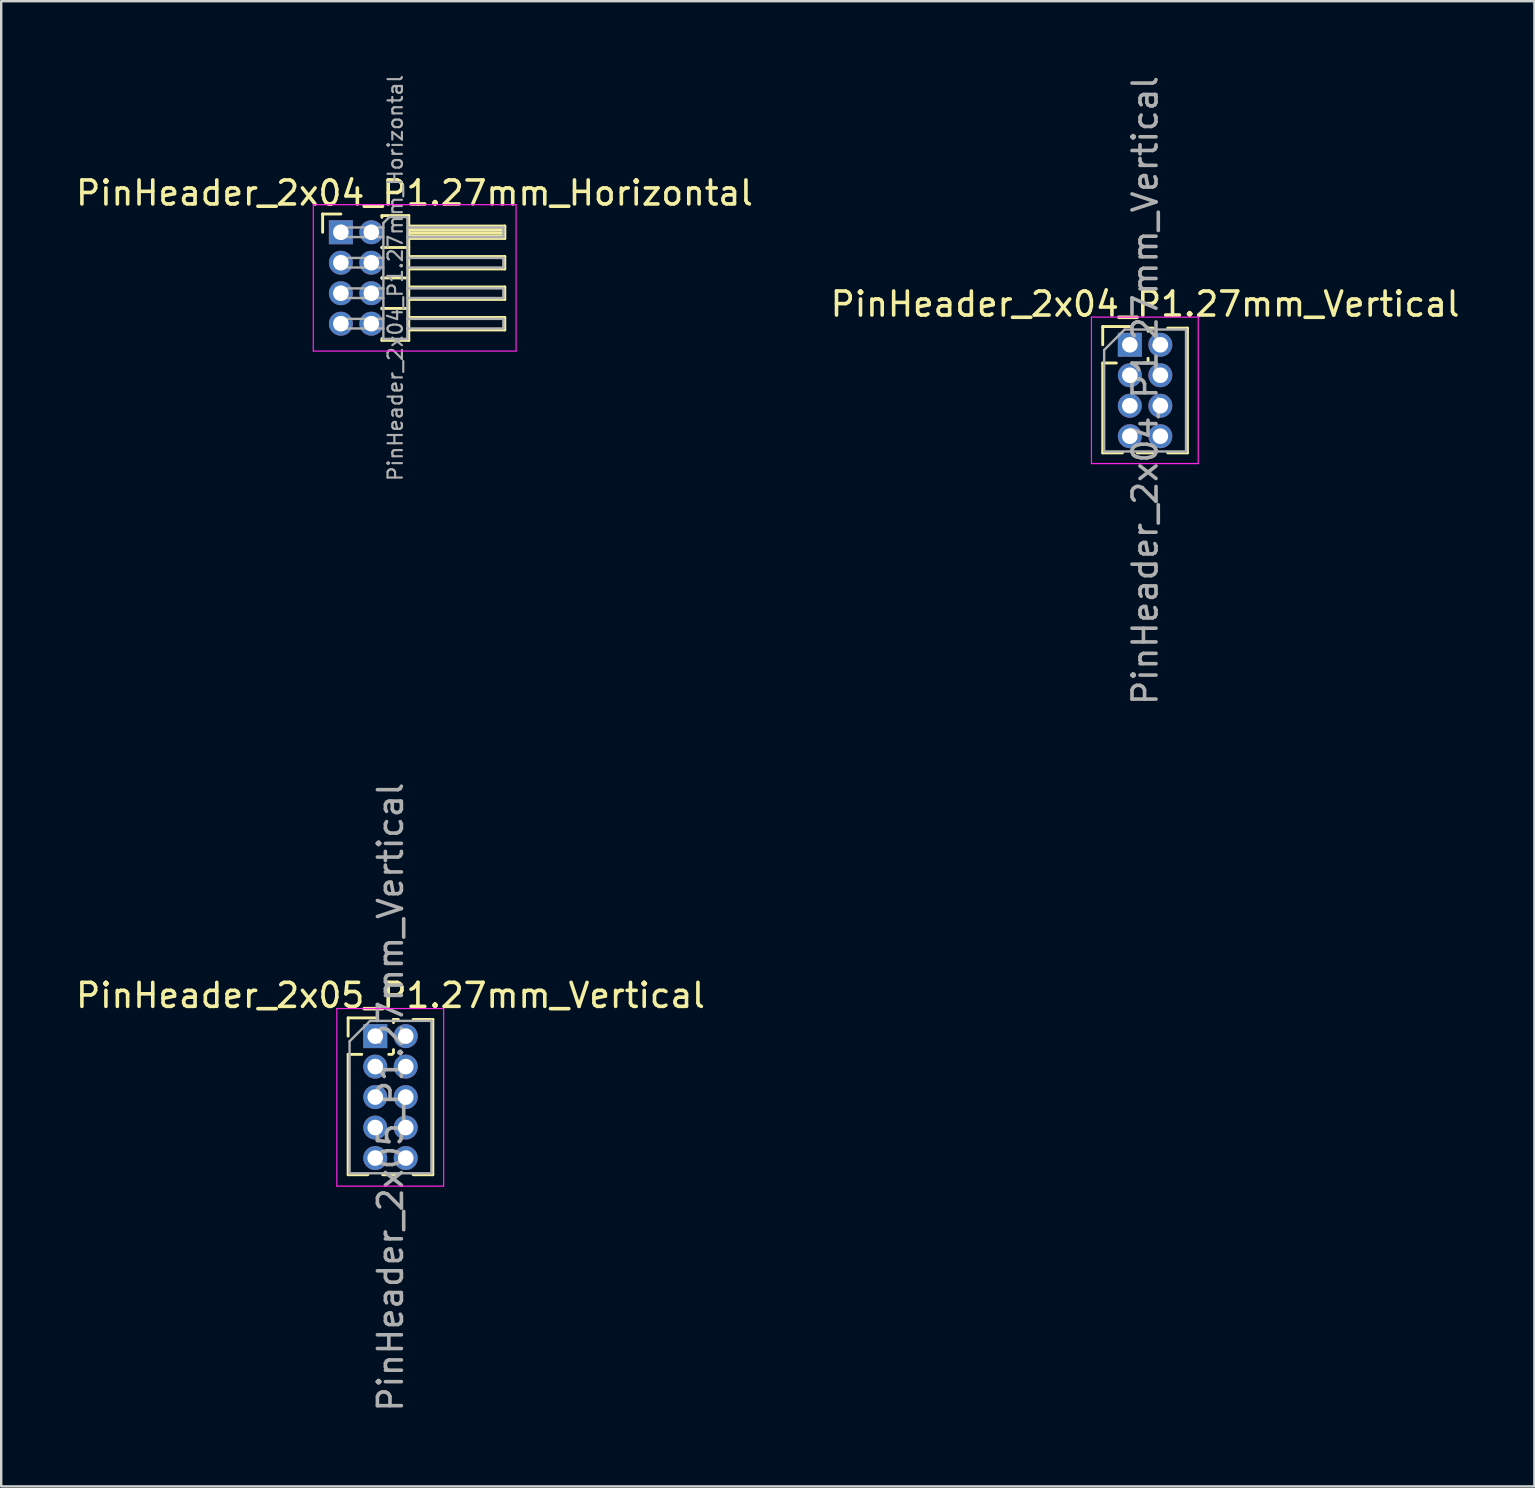
<source format=kicad_pcb>
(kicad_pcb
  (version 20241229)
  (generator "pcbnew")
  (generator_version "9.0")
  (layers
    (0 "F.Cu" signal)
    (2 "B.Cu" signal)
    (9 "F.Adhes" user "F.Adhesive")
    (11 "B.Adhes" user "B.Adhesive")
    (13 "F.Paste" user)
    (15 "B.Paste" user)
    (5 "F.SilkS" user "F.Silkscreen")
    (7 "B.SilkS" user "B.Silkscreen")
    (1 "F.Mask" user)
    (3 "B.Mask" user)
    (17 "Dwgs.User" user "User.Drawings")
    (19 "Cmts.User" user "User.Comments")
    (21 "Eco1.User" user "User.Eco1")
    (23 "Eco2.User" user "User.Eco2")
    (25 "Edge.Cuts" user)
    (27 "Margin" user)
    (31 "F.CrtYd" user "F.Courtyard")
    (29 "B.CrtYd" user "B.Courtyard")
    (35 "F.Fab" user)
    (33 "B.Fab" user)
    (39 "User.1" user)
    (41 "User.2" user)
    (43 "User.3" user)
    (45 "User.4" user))
  (footprint "PinHeader_2x04_P1.27mm_Vertical"
    (layer "F.Cu")
    (at 44.026 11.315)
    (property "Reference" "PinHeader_2x04_P1.27mm_Vertical" (at 0.635 -1.695 0) (layer "F.SilkS") (effects (font (size 1 1) (thickness 0.15))))
    (attr through_hole)
    (fp_line (start -1.13 -0.76) (end 0 -0.76) (stroke (width 0.12) (type solid)) (layer "F.SilkS"))
    (fp_line (start -1.13 0) (end -1.13 -0.76) (stroke (width 0.12) (type solid)) (layer "F.SilkS"))
    (fp_line (start -1.13 0.76) (end -1.13 4.505) (stroke (width 0.12) (type solid)) (layer "F.SilkS"))
    (fp_line (start -1.13 0.76) (end -0.563 0.76) (stroke (width 0.12) (type solid)) (layer "F.SilkS"))
    (fp_line (start -1.13 4.505) (end -0.308 4.505) (stroke (width 0.12) (type solid)) (layer "F.SilkS"))
    (fp_line (start 0.308 4.505) (end 0.962 4.505) (stroke (width 0.12) (type solid)) (layer "F.SilkS"))
    (fp_line (start 0.563 0.76) (end 0.707 0.76) (stroke (width 0.12) (type solid)) (layer "F.SilkS"))
    (fp_line (start 0.76 -0.695) (end 0.962 -0.695) (stroke (width 0.12) (type solid)) (layer "F.SilkS"))
    (fp_line (start 0.76 -0.563) (end 0.76 -0.695) (stroke (width 0.12) (type solid)) (layer "F.SilkS"))
    (fp_line (start 0.76 0.707) (end 0.76 0.563) (stroke (width 0.12) (type solid)) (layer "F.SilkS"))
    (fp_line (start 1.578 -0.695) (end 2.4 -0.695) (stroke (width 0.12) (type solid)) (layer "F.SilkS"))
    (fp_line (start 1.578 4.505) (end 2.4 4.505) (stroke (width 0.12) (type solid)) (layer "F.SilkS"))
    (fp_line (start 2.4 -0.695) (end 2.4 4.505) (stroke (width 0.12) (type solid)) (layer "F.SilkS"))
    (fp_line (start -1.6 -1.15) (end -1.6 4.95) (stroke (width 0.05) (type solid)) (layer "F.CrtYd"))
    (fp_line (start -1.6 4.95) (end 2.85 4.95) (stroke (width 0.05) (type solid)) (layer "F.CrtYd"))
    (fp_line (start 2.85 -1.15) (end -1.6 -1.15) (stroke (width 0.05) (type solid)) (layer "F.CrtYd"))
    (fp_line (start 2.85 4.95) (end 2.85 -1.15) (stroke (width 0.05) (type solid)) (layer "F.CrtYd"))
    (fp_line (start -1.07 0.217) (end -0.217 -0.635) (stroke (width 0.1) (type solid)) (layer "F.Fab"))
    (fp_line (start -1.07 4.445) (end -1.07 0.217) (stroke (width 0.1) (type solid)) (layer "F.Fab"))
    (fp_line (start -0.217 -0.635) (end 2.34 -0.635) (stroke (width 0.1) (type solid)) (layer "F.Fab"))
    (fp_line (start 2.34 -0.635) (end 2.34 4.445) (stroke (width 0.1) (type solid)) (layer "F.Fab"))
    (fp_line (start 2.34 4.445) (end -1.07 4.445) (stroke (width 0.1) (type solid)) (layer "F.Fab"))
    (fp_text user "${REFERENCE}" (at 0.635 1.905 90) (layer "F.Fab") (effects (font (size 1 1) (thickness 0.15))))
    (pad "1" thru_hole rect (at 0 0) (size 1 1) (drill 0.65) (layers "*.Cu" "*.Mask"))
    (pad "2" thru_hole oval (at 1.27 0) (size 1 1) (drill 0.65) (layers "*.Cu" "*.Mask"))
    (pad "3" thru_hole oval (at 0 1.27) (size 1 1) (drill 0.65) (layers "*.Cu" "*.Mask"))
    (pad "4" thru_hole oval (at 1.27 1.27) (size 1 1) (drill 0.65) (layers "*.Cu" "*.Mask"))
    (pad "5" thru_hole oval (at 0 2.54) (size 1 1) (drill 0.65) (layers "*.Cu" "*.Mask"))
    (pad "6" thru_hole oval (at 1.27 2.54) (size 1 1) (drill 0.65) (layers "*.Cu" "*.Mask"))
    (pad "7" thru_hole oval (at 0 3.81) (size 1 1) (drill 0.65) (layers "*.Cu" "*.Mask"))
    (pad "8" thru_hole oval (at 1.27 3.81) (size 1 1) (drill 0.65) (layers "*.Cu" "*.Mask")))
  (footprint "PinHeader_2x05_P1.27mm_Vertical"
    (layer "F.Cu")
    (at 12.585 40.121)
    (property "Reference" "PinHeader_2x05_P1.27mm_Vertical" (at 0.635 -1.695 0) (layer "F.SilkS") (effects (font (size 1 1) (thickness 0.15))))
    (attr through_hole)
    (fp_line (start -1.13 -0.76) (end 0 -0.76) (stroke (width 0.12) (type solid)) (layer "F.SilkS"))
    (fp_line (start -1.13 0) (end -1.13 -0.76) (stroke (width 0.12) (type solid)) (layer "F.SilkS"))
    (fp_line (start -1.13 0.76) (end -1.13 5.775) (stroke (width 0.12) (type solid)) (layer "F.SilkS"))
    (fp_line (start -1.13 0.76) (end -0.563 0.76) (stroke (width 0.12) (type solid)) (layer "F.SilkS"))
    (fp_line (start -1.13 5.775) (end -0.308 5.775) (stroke (width 0.12) (type solid)) (layer "F.SilkS"))
    (fp_line (start 0.308 5.775) (end 0.962 5.775) (stroke (width 0.12) (type solid)) (layer "F.SilkS"))
    (fp_line (start 0.563 0.76) (end 0.707 0.76) (stroke (width 0.12) (type solid)) (layer "F.SilkS"))
    (fp_line (start 0.76 -0.695) (end 0.962 -0.695) (stroke (width 0.12) (type solid)) (layer "F.SilkS"))
    (fp_line (start 0.76 -0.563) (end 0.76 -0.695) (stroke (width 0.12) (type solid)) (layer "F.SilkS"))
    (fp_line (start 0.76 0.707) (end 0.76 0.563) (stroke (width 0.12) (type solid)) (layer "F.SilkS"))
    (fp_line (start 1.578 -0.695) (end 2.4 -0.695) (stroke (width 0.12) (type solid)) (layer "F.SilkS"))
    (fp_line (start 1.578 5.775) (end 2.4 5.775) (stroke (width 0.12) (type solid)) (layer "F.SilkS"))
    (fp_line (start 2.4 -0.695) (end 2.4 5.775) (stroke (width 0.12) (type solid)) (layer "F.SilkS"))
    (fp_line (start -1.6 -1.15) (end -1.6 6.25) (stroke (width 0.05) (type solid)) (layer "F.CrtYd"))
    (fp_line (start -1.6 6.25) (end 2.85 6.25) (stroke (width 0.05) (type solid)) (layer "F.CrtYd"))
    (fp_line (start 2.85 -1.15) (end -1.6 -1.15) (stroke (width 0.05) (type solid)) (layer "F.CrtYd"))
    (fp_line (start 2.85 6.25) (end 2.85 -1.15) (stroke (width 0.05) (type solid)) (layer "F.CrtYd"))
    (fp_line (start -1.07 0.217) (end -0.217 -0.635) (stroke (width 0.1) (type solid)) (layer "F.Fab"))
    (fp_line (start -1.07 5.715) (end -1.07 0.217) (stroke (width 0.1) (type solid)) (layer "F.Fab"))
    (fp_line (start -0.217 -0.635) (end 2.34 -0.635) (stroke (width 0.1) (type solid)) (layer "F.Fab"))
    (fp_line (start 2.34 -0.635) (end 2.34 5.715) (stroke (width 0.1) (type solid)) (layer "F.Fab"))
    (fp_line (start 2.34 5.715) (end -1.07 5.715) (stroke (width 0.1) (type solid)) (layer "F.Fab"))
    (fp_text user "${REFERENCE}" (at 0.635 2.54 90) (layer "F.Fab") (effects (font (size 1 1) (thickness 0.15))))
    (pad "1" thru_hole rect (at 0 0) (size 1 1) (drill 0.65) (layers "*.Cu" "*.Mask"))
    (pad "2" thru_hole oval (at 1.27 0) (size 1 1) (drill 0.65) (layers "*.Cu" "*.Mask"))
    (pad "3" thru_hole oval (at 0 1.27) (size 1 1) (drill 0.65) (layers "*.Cu" "*.Mask"))
    (pad "4" thru_hole oval (at 1.27 1.27) (size 1 1) (drill 0.65) (layers "*.Cu" "*.Mask"))
    (pad "5" thru_hole oval (at 0 2.54) (size 1 1) (drill 0.65) (layers "*.Cu" "*.Mask"))
    (pad "6" thru_hole oval (at 1.27 2.54) (size 1 1) (drill 0.65) (layers "*.Cu" "*.Mask"))
    (pad "7" thru_hole oval (at 0 3.81) (size 1 1) (drill 0.65) (layers "*.Cu" "*.Mask"))
    (pad "8" thru_hole oval (at 1.27 3.81) (size 1 1) (drill 0.65) (layers "*.Cu" "*.Mask"))
    (pad "9" thru_hole oval (at 0 5.08) (size 1 1) (drill 0.65) (layers "*.Cu" "*.Mask"))
    (pad "10" thru_hole oval (at 1.27 5.08) (size 1 1) (drill 0.65) (layers "*.Cu" "*.Mask")))
  (footprint "PinHeader_2x04_P1.27mm_Horizontal"
    (layer "F.Cu")
    (at 11.153 6.627)
    (property "Reference" "PinHeader_2x04_P1.27mm_Horizontal" (at 3.067 -1.635 0) (layer "F.SilkS") (effects (font (size 1 1) (thickness 0.15))))
    (attr through_hole)
    (fp_line (start -0.76 -0.76) (end 0 -0.76) (stroke (width 0.12) (type solid)) (layer "F.SilkS"))
    (fp_line (start -0.76 0) (end -0.76 -0.76) (stroke (width 0.12) (type solid)) (layer "F.SilkS"))
    (fp_line (start 1.71 -0.695) (end 2.83 -0.695) (stroke (width 0.12) (type solid)) (layer "F.SilkS"))
    (fp_line (start 1.71 -0.62) (end 1.71 -0.695) (stroke (width 0.12) (type solid)) (layer "F.SilkS"))
    (fp_line (start 1.71 0.62) (end 1.71 0.65) (stroke (width 0.12) (type solid)) (layer "F.SilkS"))
    (fp_line (start 1.71 0.635) (end 2.83 0.635) (stroke (width 0.12) (type solid)) (layer "F.SilkS"))
    (fp_line (start 1.71 1.89) (end 1.71 1.92) (stroke (width 0.12) (type solid)) (layer "F.SilkS"))
    (fp_line (start 1.71 1.905) (end 2.83 1.905) (stroke (width 0.12) (type solid)) (layer "F.SilkS"))
    (fp_line (start 1.71 3.16) (end 1.71 3.19) (stroke (width 0.12) (type solid)) (layer "F.SilkS"))
    (fp_line (start 1.71 3.175) (end 2.83 3.175) (stroke (width 0.12) (type solid)) (layer "F.SilkS"))
    (fp_line (start 1.71 4.505) (end 1.71 4.43) (stroke (width 0.12) (type solid)) (layer "F.SilkS"))
    (fp_line (start 2.83 -0.695) (end 2.83 4.505) (stroke (width 0.12) (type solid)) (layer "F.SilkS"))
    (fp_line (start 2.83 -0.26) (end 6.83 -0.26) (stroke (width 0.12) (type solid)) (layer "F.SilkS"))
    (fp_line (start 2.83 -0.2) (end 6.83 -0.2) (stroke (width 0.12) (type solid)) (layer "F.SilkS"))
    (fp_line (start 2.83 -0.08) (end 6.83 -0.08) (stroke (width 0.12) (type solid)) (layer "F.SilkS"))
    (fp_line (start 2.83 0.04) (end 6.83 0.04) (stroke (width 0.12) (type solid)) (layer "F.SilkS"))
    (fp_line (start 2.83 0.16) (end 6.83 0.16) (stroke (width 0.12) (type solid)) (layer "F.SilkS"))
    (fp_line (start 2.83 1.01) (end 6.83 1.01) (stroke (width 0.12) (type solid)) (layer "F.SilkS"))
    (fp_line (start 2.83 2.28) (end 6.83 2.28) (stroke (width 0.12) (type solid)) (layer "F.SilkS"))
    (fp_line (start 2.83 3.55) (end 6.83 3.55) (stroke (width 0.12) (type solid)) (layer "F.SilkS"))
    (fp_line (start 2.83 4.505) (end 1.71 4.505) (stroke (width 0.12) (type solid)) (layer "F.SilkS"))
    (fp_line (start 6.83 -0.26) (end 6.83 0.26) (stroke (width 0.12) (type solid)) (layer "F.SilkS"))
    (fp_line (start 6.83 0.26) (end 2.83 0.26) (stroke (width 0.12) (type solid)) (layer "F.SilkS"))
    (fp_line (start 6.83 1.01) (end 6.83 1.53) (stroke (width 0.12) (type solid)) (layer "F.SilkS"))
    (fp_line (start 6.83 1.53) (end 2.83 1.53) (stroke (width 0.12) (type solid)) (layer "F.SilkS"))
    (fp_line (start 6.83 2.28) (end 6.83 2.8) (stroke (width 0.12) (type solid)) (layer "F.SilkS"))
    (fp_line (start 6.83 2.8) (end 2.83 2.8) (stroke (width 0.12) (type solid)) (layer "F.SilkS"))
    (fp_line (start 6.83 3.55) (end 6.83 4.07) (stroke (width 0.12) (type solid)) (layer "F.SilkS"))
    (fp_line (start 6.83 4.07) (end 2.83 4.07) (stroke (width 0.12) (type solid)) (layer "F.SilkS"))
    (fp_line (start -1.15 -1.15) (end -1.15 4.95) (stroke (width 0.05) (type solid)) (layer "F.CrtYd"))
    (fp_line (start -1.15 4.95) (end 7.3 4.95) (stroke (width 0.05) (type solid)) (layer "F.CrtYd"))
    (fp_line (start 7.3 -1.15) (end -1.15 -1.15) (stroke (width 0.05) (type solid)) (layer "F.CrtYd"))
    (fp_line (start 7.3 4.95) (end 7.3 -1.15) (stroke (width 0.05) (type solid)) (layer "F.CrtYd"))
    (fp_line (start -0.2 -0.2) (end -0.2 0.2) (stroke (width 0.1) (type solid)) (layer "F.Fab"))
    (fp_line (start -0.2 -0.2) (end 1.77 -0.2) (stroke (width 0.1) (type solid)) (layer "F.Fab"))
    (fp_line (start -0.2 0.2) (end 1.77 0.2) (stroke (width 0.1) (type solid)) (layer "F.Fab"))
    (fp_line (start -0.2 1.07) (end -0.2 1.47) (stroke (width 0.1) (type solid)) (layer "F.Fab"))
    (fp_line (start -0.2 1.07) (end 1.77 1.07) (stroke (width 0.1) (type solid)) (layer "F.Fab"))
    (fp_line (start -0.2 1.47) (end 1.77 1.47) (stroke (width 0.1) (type solid)) (layer "F.Fab"))
    (fp_line (start -0.2 2.34) (end -0.2 2.74) (stroke (width 0.1) (type solid)) (layer "F.Fab"))
    (fp_line (start -0.2 2.34) (end 1.77 2.34) (stroke (width 0.1) (type solid)) (layer "F.Fab"))
    (fp_line (start -0.2 2.74) (end 1.77 2.74) (stroke (width 0.1) (type solid)) (layer "F.Fab"))
    (fp_line (start -0.2 3.61) (end -0.2 4.01) (stroke (width 0.1) (type solid)) (layer "F.Fab"))
    (fp_line (start -0.2 3.61) (end 1.77 3.61) (stroke (width 0.1) (type solid)) (layer "F.Fab"))
    (fp_line (start -0.2 4.01) (end 1.77 4.01) (stroke (width 0.1) (type solid)) (layer "F.Fab"))
    (fp_line (start 1.77 -0.385) (end 2.02 -0.635) (stroke (width 0.1) (type solid)) (layer "F.Fab"))
    (fp_line (start 1.77 4.445) (end 1.77 -0.385) (stroke (width 0.1) (type solid)) (layer "F.Fab"))
    (fp_line (start 2.02 -0.635) (end 2.77 -0.635) (stroke (width 0.1) (type solid)) (layer "F.Fab"))
    (fp_line (start 2.77 -0.635) (end 2.77 4.445) (stroke (width 0.1) (type solid)) (layer "F.Fab"))
    (fp_line (start 2.77 -0.2) (end 6.77 -0.2) (stroke (width 0.1) (type solid)) (layer "F.Fab"))
    (fp_line (start 2.77 0.2) (end 6.77 0.2) (stroke (width 0.1) (type solid)) (layer "F.Fab"))
    (fp_line (start 2.77 1.07) (end 6.77 1.07) (stroke (width 0.1) (type solid)) (layer "F.Fab"))
    (fp_line (start 2.77 1.47) (end 6.77 1.47) (stroke (width 0.1) (type solid)) (layer "F.Fab"))
    (fp_line (start 2.77 2.34) (end 6.77 2.34) (stroke (width 0.1) (type solid)) (layer "F.Fab"))
    (fp_line (start 2.77 2.74) (end 6.77 2.74) (stroke (width 0.1) (type solid)) (layer "F.Fab"))
    (fp_line (start 2.77 3.61) (end 6.77 3.61) (stroke (width 0.1) (type solid)) (layer "F.Fab"))
    (fp_line (start 2.77 4.01) (end 6.77 4.01) (stroke (width 0.1) (type solid)) (layer "F.Fab"))
    (fp_line (start 2.77 4.445) (end 1.77 4.445) (stroke (width 0.1) (type solid)) (layer "F.Fab"))
    (fp_line (start 6.77 -0.2) (end 6.77 0.2) (stroke (width 0.1) (type solid)) (layer "F.Fab"))
    (fp_line (start 6.77 1.07) (end 6.77 1.47) (stroke (width 0.1) (type solid)) (layer "F.Fab"))
    (fp_line (start 6.77 2.34) (end 6.77 2.74) (stroke (width 0.1) (type solid)) (layer "F.Fab"))
    (fp_line (start 6.77 3.61) (end 6.77 4.01) (stroke (width 0.1) (type solid)) (layer "F.Fab"))
    (fp_text user "${REFERENCE}" (at 2.27 1.905 90) (layer "F.Fab") (effects (font (size 0.6 0.6) (thickness 0.09))))
    (pad "1" thru_hole rect (at 0 0) (size 1 1) (drill 0.65) (layers "*.Cu" "*.Mask"))
    (pad "2" thru_hole oval (at 1.27 0) (size 1 1) (drill 0.65) (layers "*.Cu" "*.Mask"))
    (pad "3" thru_hole oval (at 0 1.27) (size 1 1) (drill 0.65) (layers "*.Cu" "*.Mask"))
    (pad "4" thru_hole oval (at 1.27 1.27) (size 1 1) (drill 0.65) (layers "*.Cu" "*.Mask"))
    (pad "5" thru_hole oval (at 0 2.54) (size 1 1) (drill 0.65) (layers "*.Cu" "*.Mask"))
    (pad "6" thru_hole oval (at 1.27 2.54) (size 1 1) (drill 0.65) (layers "*.Cu" "*.Mask"))
    (pad "7" thru_hole oval (at 0 3.81) (size 1 1) (drill 0.65) (layers "*.Cu" "*.Mask"))
    (pad "8" thru_hole oval (at 1.27 3.81) (size 1 1) (drill 0.65) (layers "*.Cu" "*.Mask")))
  (gr_rect
    (start -3 -3)
    (end 60.881 58.881)
    (stroke (width 0.1) (type default))
    (fill no)
    (layer "Edge.Cuts")))
</source>
